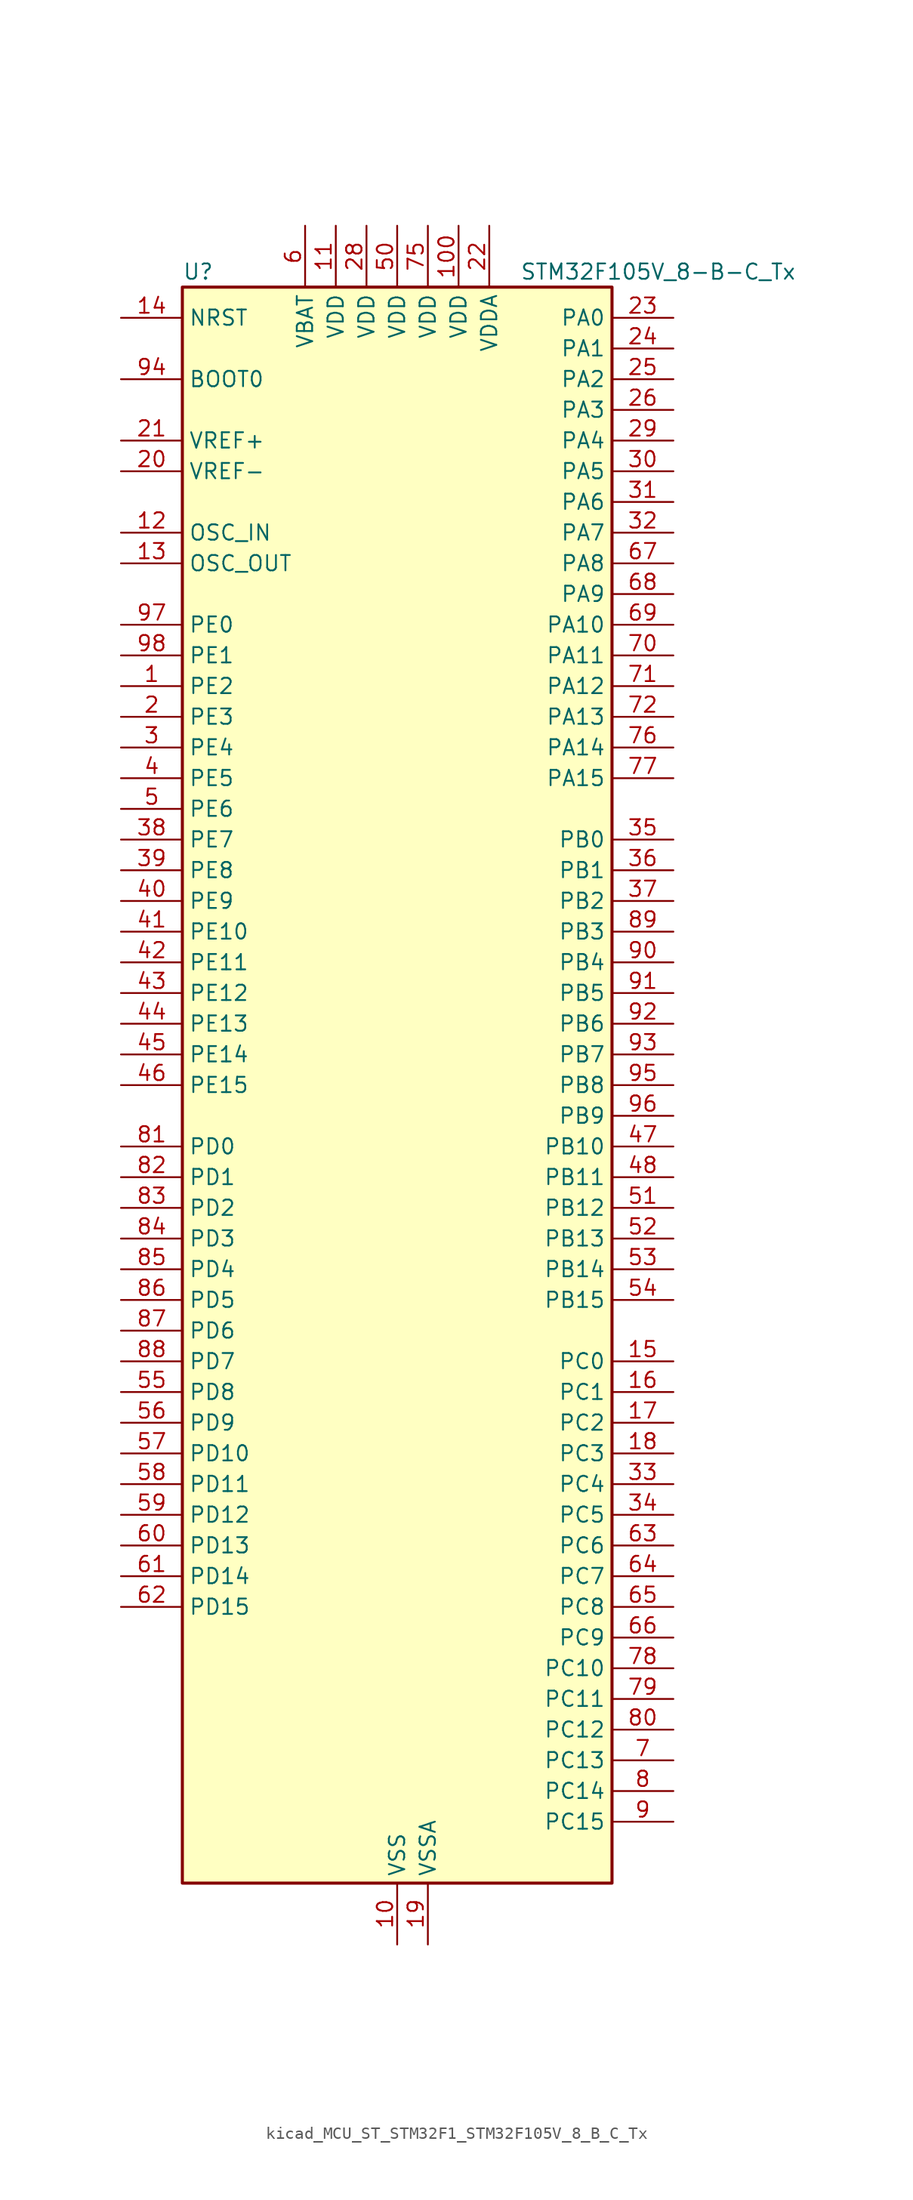
<source format=kicad_sym>
(kicad_symbol_lib
  (version 20220914)
  (generator kicad_symbol_editor)
  (symbol "kicad_MCU_ST_STM32F1_STM32F105V_8_B_C_Tx"
    (property "Reference" "U"
      (at -17.78 67.31 0)
      (effects (font (size 1.27 1.27)) (justify left)))
    (property "Value" "STM32F105V_8-B-C_Tx"
      (at 10.16 67.31 0)
      (effects (font (size 1.27 1.27)) (justify left)))
    (property "ki_locked" ""
      (at 0 0 0)
      (effects (font (size 1.27 1.27))))
    (symbol "kicad_MCU_ST_STM32F1_STM32F105V_8_B_C_Tx_0_1"
      (rectangle (start -17.78 -66.04) (end 17.78 66.04) (stroke (width 0.254) (type default)) (fill (type background))))
    (symbol "kicad_MCU_ST_STM32F1_STM32F105V_8_B_C_Tx_1_1"
      (pin bidirectional line (at -22.86 33.02 0) (length 5.08) (name "PE2" (effects (font (size 1.27 1.27)))) (number "1" (effects (font (size 1.27 1.27)))) (alternate "SYS_TRACECLK" bidirectional line))
      (pin power_in line (at 0 -71.12 90) (length 5.08) (name "VSS" (effects (font (size 1.27 1.27)))) (number "10" (effects (font (size 1.27 1.27)))))
      (pin power_in line (at 5.08 71.12 270) (length 5.08) (name "VDD" (effects (font (size 1.27 1.27)))) (number "100" (effects (font (size 1.27 1.27)))))
      (pin power_in line (at -5.08 71.12 270) (length 5.08) (name "VDD" (effects (font (size 1.27 1.27)))) (number "11" (effects (font (size 1.27 1.27)))))
      (pin input line (at -22.86 45.72 0) (length 5.08) (name "OSC_IN" (effects (font (size 1.27 1.27)))) (number "12" (effects (font (size 1.27 1.27)))) (alternate "RCC_OSC_IN" bidirectional line))
      (pin input line (at -22.86 43.18 0) (length 5.08) (name "OSC_OUT" (effects (font (size 1.27 1.27)))) (number "13" (effects (font (size 1.27 1.27)))) (alternate "RCC_OSC_OUT" bidirectional line))
      (pin input line (at -22.86 63.5 0) (length 5.08) (name "NRST" (effects (font (size 1.27 1.27)))) (number "14" (effects (font (size 1.27 1.27)))))
      (pin bidirectional line (at 22.86 -22.86 180) (length 5.08) (name "PC0" (effects (font (size 1.27 1.27)))) (number "15" (effects (font (size 1.27 1.27)))) (alternate "ADC1_IN10" bidirectional line) (alternate "ADC2_IN10" bidirectional line))
      (pin bidirectional line (at 22.86 -25.4 180) (length 5.08) (name "PC1" (effects (font (size 1.27 1.27)))) (number "16" (effects (font (size 1.27 1.27)))) (alternate "ADC1_IN11" bidirectional line) (alternate "ADC2_IN11" bidirectional line))
      (pin bidirectional line (at 22.86 -27.94 180) (length 5.08) (name "PC2" (effects (font (size 1.27 1.27)))) (number "17" (effects (font (size 1.27 1.27)))) (alternate "ADC1_IN12" bidirectional line) (alternate "ADC2_IN12" bidirectional line))
      (pin bidirectional line (at 22.86 -30.48 180) (length 5.08) (name "PC3" (effects (font (size 1.27 1.27)))) (number "18" (effects (font (size 1.27 1.27)))) (alternate "ADC1_IN13" bidirectional line) (alternate "ADC2_IN13" bidirectional line))
      (pin power_in line (at 2.54 -71.12 90) (length 5.08) (name "VSSA" (effects (font (size 1.27 1.27)))) (number "19" (effects (font (size 1.27 1.27)))))
      (pin bidirectional line (at -22.86 30.48 0) (length 5.08) (name "PE3" (effects (font (size 1.27 1.27)))) (number "2" (effects (font (size 1.27 1.27)))) (alternate "SYS_TRACED0" bidirectional line))
      (pin input line (at -22.86 50.8 0) (length 5.08) (name "VREF-" (effects (font (size 1.27 1.27)))) (number "20" (effects (font (size 1.27 1.27)))))
      (pin input line (at -22.86 53.34 0) (length 5.08) (name "VREF+" (effects (font (size 1.27 1.27)))) (number "21" (effects (font (size 1.27 1.27)))))
      (pin power_in line (at 7.62 71.12 270) (length 5.08) (name "VDDA" (effects (font (size 1.27 1.27)))) (number "22" (effects (font (size 1.27 1.27)))))
      (pin bidirectional line (at 22.86 63.5 180) (length 5.08) (name "PA0" (effects (font (size 1.27 1.27)))) (number "23" (effects (font (size 1.27 1.27)))) (alternate "ADC1_IN0" bidirectional line) (alternate "ADC2_IN0" bidirectional line) (alternate "SYS_WKUP" bidirectional line) (alternate "TIM2_CH1" bidirectional line) (alternate "TIM2_ETR" bidirectional line) (alternate "TIM5_CH1" bidirectional line) (alternate "USART2_CTS" bidirectional line))
      (pin bidirectional line (at 22.86 60.96 180) (length 5.08) (name "PA1" (effects (font (size 1.27 1.27)))) (number "24" (effects (font (size 1.27 1.27)))) (alternate "ADC1_IN1" bidirectional line) (alternate "ADC2_IN1" bidirectional line) (alternate "TIM2_CH2" bidirectional line) (alternate "TIM5_CH2" bidirectional line) (alternate "USART2_RTS" bidirectional line))
      (pin bidirectional line (at 22.86 58.42 180) (length 5.08) (name "PA2" (effects (font (size 1.27 1.27)))) (number "25" (effects (font (size 1.27 1.27)))) (alternate "ADC1_IN2" bidirectional line) (alternate "ADC2_IN2" bidirectional line) (alternate "TIM2_CH3" bidirectional line) (alternate "TIM5_CH3" bidirectional line) (alternate "USART2_TX" bidirectional line))
      (pin bidirectional line (at 22.86 55.88 180) (length 5.08) (name "PA3" (effects (font (size 1.27 1.27)))) (number "26" (effects (font (size 1.27 1.27)))) (alternate "ADC1_IN3" bidirectional line) (alternate "ADC2_IN3" bidirectional line) (alternate "TIM2_CH4" bidirectional line) (alternate "TIM5_CH4" bidirectional line) (alternate "USART2_RX" bidirectional line))
      (pin passive line (at 0 -71.12 90) (length 5.08) hide (name "VSS" (effects (font (size 1.27 1.27)))) (number "27" (effects (font (size 1.27 1.27)))))
      (pin power_in line (at -2.54 71.12 270) (length 5.08) (name "VDD" (effects (font (size 1.27 1.27)))) (number "28" (effects (font (size 1.27 1.27)))))
      (pin bidirectional line (at 22.86 53.34 180) (length 5.08) (name "PA4" (effects (font (size 1.27 1.27)))) (number "29" (effects (font (size 1.27 1.27)))) (alternate "ADC1_IN4" bidirectional line) (alternate "ADC2_IN4" bidirectional line) (alternate "DAC_OUT1" bidirectional line) (alternate "I2S3_WS" bidirectional line) (alternate "SPI1_NSS" bidirectional line) (alternate "SPI3_NSS" bidirectional line) (alternate "USART2_CK" bidirectional line))
      (pin bidirectional line (at -22.86 27.94 0) (length 5.08) (name "PE4" (effects (font (size 1.27 1.27)))) (number "3" (effects (font (size 1.27 1.27)))) (alternate "SYS_TRACED1" bidirectional line))
      (pin bidirectional line (at 22.86 50.8 180) (length 5.08) (name "PA5" (effects (font (size 1.27 1.27)))) (number "30" (effects (font (size 1.27 1.27)))) (alternate "ADC1_IN5" bidirectional line) (alternate "ADC2_IN5" bidirectional line) (alternate "DAC_OUT2" bidirectional line) (alternate "SPI1_SCK" bidirectional line))
      (pin bidirectional line (at 22.86 48.26 180) (length 5.08) (name "PA6" (effects (font (size 1.27 1.27)))) (number "31" (effects (font (size 1.27 1.27)))) (alternate "ADC1_IN6" bidirectional line) (alternate "ADC2_IN6" bidirectional line) (alternate "SPI1_MISO" bidirectional line) (alternate "TIM1_BKIN" bidirectional line) (alternate "TIM3_CH1" bidirectional line))
      (pin bidirectional line (at 22.86 45.72 180) (length 5.08) (name "PA7" (effects (font (size 1.27 1.27)))) (number "32" (effects (font (size 1.27 1.27)))) (alternate "ADC1_IN7" bidirectional line) (alternate "ADC2_IN7" bidirectional line) (alternate "SPI1_MOSI" bidirectional line) (alternate "TIM1_CH1N" bidirectional line) (alternate "TIM3_CH2" bidirectional line))
      (pin bidirectional line (at 22.86 -33.02 180) (length 5.08) (name "PC4" (effects (font (size 1.27 1.27)))) (number "33" (effects (font (size 1.27 1.27)))) (alternate "ADC1_IN14" bidirectional line) (alternate "ADC2_IN14" bidirectional line))
      (pin bidirectional line (at 22.86 -35.56 180) (length 5.08) (name "PC5" (effects (font (size 1.27 1.27)))) (number "34" (effects (font (size 1.27 1.27)))) (alternate "ADC1_IN15" bidirectional line) (alternate "ADC2_IN15" bidirectional line))
      (pin bidirectional line (at 22.86 20.32 180) (length 5.08) (name "PB0" (effects (font (size 1.27 1.27)))) (number "35" (effects (font (size 1.27 1.27)))) (alternate "ADC1_IN8" bidirectional line) (alternate "ADC2_IN8" bidirectional line) (alternate "TIM1_CH2N" bidirectional line) (alternate "TIM3_CH3" bidirectional line))
      (pin bidirectional line (at 22.86 17.78 180) (length 5.08) (name "PB1" (effects (font (size 1.27 1.27)))) (number "36" (effects (font (size 1.27 1.27)))) (alternate "ADC1_IN9" bidirectional line) (alternate "ADC2_IN9" bidirectional line) (alternate "TIM1_CH3N" bidirectional line) (alternate "TIM3_CH4" bidirectional line))
      (pin bidirectional line (at 22.86 15.24 180) (length 5.08) (name "PB2" (effects (font (size 1.27 1.27)))) (number "37" (effects (font (size 1.27 1.27)))))
      (pin bidirectional line (at -22.86 20.32 0) (length 5.08) (name "PE7" (effects (font (size 1.27 1.27)))) (number "38" (effects (font (size 1.27 1.27)))) (alternate "TIM1_ETR" bidirectional line))
      (pin bidirectional line (at -22.86 17.78 0) (length 5.08) (name "PE8" (effects (font (size 1.27 1.27)))) (number "39" (effects (font (size 1.27 1.27)))) (alternate "TIM1_CH1N" bidirectional line))
      (pin bidirectional line (at -22.86 25.4 0) (length 5.08) (name "PE5" (effects (font (size 1.27 1.27)))) (number "4" (effects (font (size 1.27 1.27)))) (alternate "SYS_TRACED2" bidirectional line))
      (pin bidirectional line (at -22.86 15.24 0) (length 5.08) (name "PE9" (effects (font (size 1.27 1.27)))) (number "40" (effects (font (size 1.27 1.27)))) (alternate "DAC_EXTI9" bidirectional line) (alternate "TIM1_CH1" bidirectional line))
      (pin bidirectional line (at -22.86 12.7 0) (length 5.08) (name "PE10" (effects (font (size 1.27 1.27)))) (number "41" (effects (font (size 1.27 1.27)))) (alternate "TIM1_CH2N" bidirectional line))
      (pin bidirectional line (at -22.86 10.16 0) (length 5.08) (name "PE11" (effects (font (size 1.27 1.27)))) (number "42" (effects (font (size 1.27 1.27)))) (alternate "ADC1_EXTI11" bidirectional line) (alternate "ADC2_EXTI11" bidirectional line) (alternate "TIM1_CH2" bidirectional line))
      (pin bidirectional line (at -22.86 7.62 0) (length 5.08) (name "PE12" (effects (font (size 1.27 1.27)))) (number "43" (effects (font (size 1.27 1.27)))) (alternate "TIM1_CH3N" bidirectional line))
      (pin bidirectional line (at -22.86 5.08 0) (length 5.08) (name "PE13" (effects (font (size 1.27 1.27)))) (number "44" (effects (font (size 1.27 1.27)))) (alternate "TIM1_CH3" bidirectional line))
      (pin bidirectional line (at -22.86 2.54 0) (length 5.08) (name "PE14" (effects (font (size 1.27 1.27)))) (number "45" (effects (font (size 1.27 1.27)))) (alternate "TIM1_CH4" bidirectional line))
      (pin bidirectional line (at -22.86 0 0) (length 5.08) (name "PE15" (effects (font (size 1.27 1.27)))) (number "46" (effects (font (size 1.27 1.27)))) (alternate "ADC1_EXTI15" bidirectional line) (alternate "ADC2_EXTI15" bidirectional line) (alternate "TIM1_BKIN" bidirectional line))
      (pin bidirectional line (at 22.86 -5.08 180) (length 5.08) (name "PB10" (effects (font (size 1.27 1.27)))) (number "47" (effects (font (size 1.27 1.27)))) (alternate "I2C2_SCL" bidirectional line) (alternate "TIM2_CH3" bidirectional line) (alternate "USART3_TX" bidirectional line))
      (pin bidirectional line (at 22.86 -7.62 180) (length 5.08) (name "PB11" (effects (font (size 1.27 1.27)))) (number "48" (effects (font (size 1.27 1.27)))) (alternate "ADC1_EXTI11" bidirectional line) (alternate "ADC2_EXTI11" bidirectional line) (alternate "I2C2_SDA" bidirectional line) (alternate "TIM2_CH4" bidirectional line) (alternate "USART3_RX" bidirectional line))
      (pin passive line (at 0 -71.12 90) (length 5.08) hide (name "VSS" (effects (font (size 1.27 1.27)))) (number "49" (effects (font (size 1.27 1.27)))))
      (pin bidirectional line (at -22.86 22.86 0) (length 5.08) (name "PE6" (effects (font (size 1.27 1.27)))) (number "5" (effects (font (size 1.27 1.27)))) (alternate "SYS_TRACED3" bidirectional line))
      (pin power_in line (at 0 71.12 270) (length 5.08) (name "VDD" (effects (font (size 1.27 1.27)))) (number "50" (effects (font (size 1.27 1.27)))))
      (pin bidirectional line (at 22.86 -10.16 180) (length 5.08) (name "PB12" (effects (font (size 1.27 1.27)))) (number "51" (effects (font (size 1.27 1.27)))) (alternate "CAN2_RX" bidirectional line) (alternate "I2C2_SMBA" bidirectional line) (alternate "I2S2_WS" bidirectional line) (alternate "SPI2_NSS" bidirectional line) (alternate "TIM1_BKIN" bidirectional line) (alternate "USART3_CK" bidirectional line))
      (pin bidirectional line (at 22.86 -12.7 180) (length 5.08) (name "PB13" (effects (font (size 1.27 1.27)))) (number "52" (effects (font (size 1.27 1.27)))) (alternate "CAN2_TX" bidirectional line) (alternate "I2S2_CK" bidirectional line) (alternate "SPI2_SCK" bidirectional line) (alternate "TIM1_CH1N" bidirectional line) (alternate "USART3_CTS" bidirectional line))
      (pin bidirectional line (at 22.86 -15.24 180) (length 5.08) (name "PB14" (effects (font (size 1.27 1.27)))) (number "53" (effects (font (size 1.27 1.27)))) (alternate "SPI2_MISO" bidirectional line) (alternate "TIM1_CH2N" bidirectional line) (alternate "USART3_RTS" bidirectional line))
      (pin bidirectional line (at 22.86 -17.78 180) (length 5.08) (name "PB15" (effects (font (size 1.27 1.27)))) (number "54" (effects (font (size 1.27 1.27)))) (alternate "ADC1_EXTI15" bidirectional line) (alternate "ADC2_EXTI15" bidirectional line) (alternate "I2S2_SD" bidirectional line) (alternate "SPI2_MOSI" bidirectional line) (alternate "TIM1_CH3N" bidirectional line))
      (pin bidirectional line (at -22.86 -25.4 0) (length 5.08) (name "PD8" (effects (font (size 1.27 1.27)))) (number "55" (effects (font (size 1.27 1.27)))) (alternate "USART3_TX" bidirectional line))
      (pin bidirectional line (at -22.86 -27.94 0) (length 5.08) (name "PD9" (effects (font (size 1.27 1.27)))) (number "56" (effects (font (size 1.27 1.27)))) (alternate "DAC_EXTI9" bidirectional line) (alternate "USART3_RX" bidirectional line))
      (pin bidirectional line (at -22.86 -30.48 0) (length 5.08) (name "PD10" (effects (font (size 1.27 1.27)))) (number "57" (effects (font (size 1.27 1.27)))) (alternate "USART3_CK" bidirectional line))
      (pin bidirectional line (at -22.86 -33.02 0) (length 5.08) (name "PD11" (effects (font (size 1.27 1.27)))) (number "58" (effects (font (size 1.27 1.27)))) (alternate "ADC1_EXTI11" bidirectional line) (alternate "ADC2_EXTI11" bidirectional line) (alternate "USART3_CTS" bidirectional line))
      (pin bidirectional line (at -22.86 -35.56 0) (length 5.08) (name "PD12" (effects (font (size 1.27 1.27)))) (number "59" (effects (font (size 1.27 1.27)))) (alternate "TIM4_CH1" bidirectional line) (alternate "USART3_RTS" bidirectional line))
      (pin power_in line (at -7.62 71.12 270) (length 5.08) (name "VBAT" (effects (font (size 1.27 1.27)))) (number "6" (effects (font (size 1.27 1.27)))))
      (pin bidirectional line (at -22.86 -38.1 0) (length 5.08) (name "PD13" (effects (font (size 1.27 1.27)))) (number "60" (effects (font (size 1.27 1.27)))) (alternate "TIM4_CH2" bidirectional line))
      (pin bidirectional line (at -22.86 -40.64 0) (length 5.08) (name "PD14" (effects (font (size 1.27 1.27)))) (number "61" (effects (font (size 1.27 1.27)))) (alternate "TIM4_CH3" bidirectional line))
      (pin bidirectional line (at -22.86 -43.18 0) (length 5.08) (name "PD15" (effects (font (size 1.27 1.27)))) (number "62" (effects (font (size 1.27 1.27)))) (alternate "ADC1_EXTI15" bidirectional line) (alternate "ADC2_EXTI15" bidirectional line) (alternate "TIM4_CH4" bidirectional line))
      (pin bidirectional line (at 22.86 -38.1 180) (length 5.08) (name "PC6" (effects (font (size 1.27 1.27)))) (number "63" (effects (font (size 1.27 1.27)))) (alternate "I2S2_MCK" bidirectional line) (alternate "TIM3_CH1" bidirectional line))
      (pin bidirectional line (at 22.86 -40.64 180) (length 5.08) (name "PC7" (effects (font (size 1.27 1.27)))) (number "64" (effects (font (size 1.27 1.27)))) (alternate "I2S3_MCK" bidirectional line) (alternate "TIM3_CH2" bidirectional line))
      (pin bidirectional line (at 22.86 -43.18 180) (length 5.08) (name "PC8" (effects (font (size 1.27 1.27)))) (number "65" (effects (font (size 1.27 1.27)))) (alternate "TIM3_CH3" bidirectional line))
      (pin bidirectional line (at 22.86 -45.72 180) (length 5.08) (name "PC9" (effects (font (size 1.27 1.27)))) (number "66" (effects (font (size 1.27 1.27)))) (alternate "DAC_EXTI9" bidirectional line) (alternate "TIM3_CH4" bidirectional line))
      (pin bidirectional line (at 22.86 43.18 180) (length 5.08) (name "PA8" (effects (font (size 1.27 1.27)))) (number "67" (effects (font (size 1.27 1.27)))) (alternate "RCC_MCO" bidirectional line) (alternate "TIM1_CH1" bidirectional line) (alternate "USART1_CK" bidirectional line) (alternate "USB_OTG_FS_SOF" bidirectional line))
      (pin bidirectional line (at 22.86 40.64 180) (length 5.08) (name "PA9" (effects (font (size 1.27 1.27)))) (number "68" (effects (font (size 1.27 1.27)))) (alternate "DAC_EXTI9" bidirectional line) (alternate "TIM1_CH2" bidirectional line) (alternate "USART1_TX" bidirectional line) (alternate "USB_OTG_FS_VBUS" bidirectional line))
      (pin bidirectional line (at 22.86 38.1 180) (length 5.08) (name "PA10" (effects (font (size 1.27 1.27)))) (number "69" (effects (font (size 1.27 1.27)))) (alternate "TIM1_CH3" bidirectional line) (alternate "USART1_RX" bidirectional line) (alternate "USB_OTG_FS_ID" bidirectional line))
      (pin bidirectional line (at 22.86 -55.88 180) (length 5.08) (name "PC13" (effects (font (size 1.27 1.27)))) (number "7" (effects (font (size 1.27 1.27)))) (alternate "RTC_OUT" bidirectional line) (alternate "RTC_TAMPER" bidirectional line))
      (pin bidirectional line (at 22.86 35.56 180) (length 5.08) (name "PA11" (effects (font (size 1.27 1.27)))) (number "70" (effects (font (size 1.27 1.27)))) (alternate "ADC1_EXTI11" bidirectional line) (alternate "ADC2_EXTI11" bidirectional line) (alternate "CAN1_RX" bidirectional line) (alternate "TIM1_CH4" bidirectional line) (alternate "USART1_CTS" bidirectional line) (alternate "USB_OTG_FS_DM" bidirectional line))
      (pin bidirectional line (at 22.86 33.02 180) (length 5.08) (name "PA12" (effects (font (size 1.27 1.27)))) (number "71" (effects (font (size 1.27 1.27)))) (alternate "CAN1_TX" bidirectional line) (alternate "TIM1_ETR" bidirectional line) (alternate "USART1_RTS" bidirectional line) (alternate "USB_OTG_FS_DP" bidirectional line))
      (pin bidirectional line (at 22.86 30.48 180) (length 5.08) (name "PA13" (effects (font (size 1.27 1.27)))) (number "72" (effects (font (size 1.27 1.27)))) (alternate "SYS_JTMS-SWDIO" bidirectional line))
      (pin no_connect line (at -17.78 -66.04 0) (length 5.08) hide (name "NC" (effects (font (size 1.27 1.27)))) (number "73" (effects (font (size 1.27 1.27)))))
      (pin passive line (at 0 -71.12 90) (length 5.08) hide (name "VSS" (effects (font (size 1.27 1.27)))) (number "74" (effects (font (size 1.27 1.27)))))
      (pin power_in line (at 2.54 71.12 270) (length 5.08) (name "VDD" (effects (font (size 1.27 1.27)))) (number "75" (effects (font (size 1.27 1.27)))))
      (pin bidirectional line (at 22.86 27.94 180) (length 5.08) (name "PA14" (effects (font (size 1.27 1.27)))) (number "76" (effects (font (size 1.27 1.27)))) (alternate "SYS_JTCK-SWCLK" bidirectional line))
      (pin bidirectional line (at 22.86 25.4 180) (length 5.08) (name "PA15" (effects (font (size 1.27 1.27)))) (number "77" (effects (font (size 1.27 1.27)))) (alternate "ADC1_EXTI15" bidirectional line) (alternate "ADC2_EXTI15" bidirectional line) (alternate "I2S3_WS" bidirectional line) (alternate "SPI1_NSS" bidirectional line) (alternate "SPI3_NSS" bidirectional line) (alternate "SYS_JTDI" bidirectional line) (alternate "TIM2_CH1" bidirectional line) (alternate "TIM2_ETR" bidirectional line))
      (pin bidirectional line (at 22.86 -48.26 180) (length 5.08) (name "PC10" (effects (font (size 1.27 1.27)))) (number "78" (effects (font (size 1.27 1.27)))) (alternate "I2S3_CK" bidirectional line) (alternate "SPI3_SCK" bidirectional line) (alternate "UART4_TX" bidirectional line) (alternate "USART3_TX" bidirectional line))
      (pin bidirectional line (at 22.86 -50.8 180) (length 5.08) (name "PC11" (effects (font (size 1.27 1.27)))) (number "79" (effects (font (size 1.27 1.27)))) (alternate "ADC1_EXTI11" bidirectional line) (alternate "ADC2_EXTI11" bidirectional line) (alternate "SPI3_MISO" bidirectional line) (alternate "UART4_RX" bidirectional line) (alternate "USART3_RX" bidirectional line))
      (pin bidirectional line (at 22.86 -58.42 180) (length 5.08) (name "PC14" (effects (font (size 1.27 1.27)))) (number "8" (effects (font (size 1.27 1.27)))) (alternate "RCC_OSC32_IN" bidirectional line))
      (pin bidirectional line (at 22.86 -53.34 180) (length 5.08) (name "PC12" (effects (font (size 1.27 1.27)))) (number "80" (effects (font (size 1.27 1.27)))) (alternate "I2S3_SD" bidirectional line) (alternate "SPI3_MOSI" bidirectional line) (alternate "UART5_TX" bidirectional line) (alternate "USART3_CK" bidirectional line))
      (pin bidirectional line (at -22.86 -5.08 0) (length 5.08) (name "PD0" (effects (font (size 1.27 1.27)))) (number "81" (effects (font (size 1.27 1.27)))) (alternate "CAN1_RX" bidirectional line))
      (pin bidirectional line (at -22.86 -7.62 0) (length 5.08) (name "PD1" (effects (font (size 1.27 1.27)))) (number "82" (effects (font (size 1.27 1.27)))) (alternate "CAN1_TX" bidirectional line))
      (pin bidirectional line (at -22.86 -10.16 0) (length 5.08) (name "PD2" (effects (font (size 1.27 1.27)))) (number "83" (effects (font (size 1.27 1.27)))) (alternate "TIM3_ETR" bidirectional line) (alternate "UART5_RX" bidirectional line))
      (pin bidirectional line (at -22.86 -12.7 0) (length 5.08) (name "PD3" (effects (font (size 1.27 1.27)))) (number "84" (effects (font (size 1.27 1.27)))) (alternate "USART2_CTS" bidirectional line))
      (pin bidirectional line (at -22.86 -15.24 0) (length 5.08) (name "PD4" (effects (font (size 1.27 1.27)))) (number "85" (effects (font (size 1.27 1.27)))) (alternate "USART2_RTS" bidirectional line))
      (pin bidirectional line (at -22.86 -17.78 0) (length 5.08) (name "PD5" (effects (font (size 1.27 1.27)))) (number "86" (effects (font (size 1.27 1.27)))) (alternate "USART2_TX" bidirectional line))
      (pin bidirectional line (at -22.86 -20.32 0) (length 5.08) (name "PD6" (effects (font (size 1.27 1.27)))) (number "87" (effects (font (size 1.27 1.27)))) (alternate "USART2_RX" bidirectional line))
      (pin bidirectional line (at -22.86 -22.86 0) (length 5.08) (name "PD7" (effects (font (size 1.27 1.27)))) (number "88" (effects (font (size 1.27 1.27)))) (alternate "USART2_CK" bidirectional line))
      (pin bidirectional line (at 22.86 12.7 180) (length 5.08) (name "PB3" (effects (font (size 1.27 1.27)))) (number "89" (effects (font (size 1.27 1.27)))) (alternate "I2S3_CK" bidirectional line) (alternate "SPI1_SCK" bidirectional line) (alternate "SPI3_SCK" bidirectional line) (alternate "SYS_JTDO" bidirectional line) (alternate "SYS_TRACESWO" bidirectional line) (alternate "TIM2_CH2" bidirectional line))
      (pin bidirectional line (at 22.86 -60.96 180) (length 5.08) (name "PC15" (effects (font (size 1.27 1.27)))) (number "9" (effects (font (size 1.27 1.27)))) (alternate "ADC1_EXTI15" bidirectional line) (alternate "ADC2_EXTI15" bidirectional line) (alternate "RCC_OSC32_OUT" bidirectional line))
      (pin bidirectional line (at 22.86 10.16 180) (length 5.08) (name "PB4" (effects (font (size 1.27 1.27)))) (number "90" (effects (font (size 1.27 1.27)))) (alternate "SPI1_MISO" bidirectional line) (alternate "SPI3_MISO" bidirectional line) (alternate "SYS_NJTRST" bidirectional line) (alternate "TIM3_CH1" bidirectional line))
      (pin bidirectional line (at 22.86 7.62 180) (length 5.08) (name "PB5" (effects (font (size 1.27 1.27)))) (number "91" (effects (font (size 1.27 1.27)))) (alternate "CAN2_RX" bidirectional line) (alternate "I2C1_SMBA" bidirectional line) (alternate "I2S3_SD" bidirectional line) (alternate "SPI1_MOSI" bidirectional line) (alternate "SPI3_MOSI" bidirectional line) (alternate "TIM3_CH2" bidirectional line))
      (pin bidirectional line (at 22.86 5.08 180) (length 5.08) (name "PB6" (effects (font (size 1.27 1.27)))) (number "92" (effects (font (size 1.27 1.27)))) (alternate "CAN2_TX" bidirectional line) (alternate "I2C1_SCL" bidirectional line) (alternate "TIM4_CH1" bidirectional line) (alternate "USART1_TX" bidirectional line))
      (pin bidirectional line (at 22.86 2.54 180) (length 5.08) (name "PB7" (effects (font (size 1.27 1.27)))) (number "93" (effects (font (size 1.27 1.27)))) (alternate "I2C1_SDA" bidirectional line) (alternate "TIM4_CH2" bidirectional line) (alternate "USART1_RX" bidirectional line))
      (pin input line (at -22.86 58.42 0) (length 5.08) (name "BOOT0" (effects (font (size 1.27 1.27)))) (number "94" (effects (font (size 1.27 1.27)))))
      (pin bidirectional line (at 22.86 0 180) (length 5.08) (name "PB8" (effects (font (size 1.27 1.27)))) (number "95" (effects (font (size 1.27 1.27)))) (alternate "CAN1_RX" bidirectional line) (alternate "I2C1_SCL" bidirectional line) (alternate "TIM4_CH3" bidirectional line))
      (pin bidirectional line (at 22.86 -2.54 180) (length 5.08) (name "PB9" (effects (font (size 1.27 1.27)))) (number "96" (effects (font (size 1.27 1.27)))) (alternate "CAN1_TX" bidirectional line) (alternate "DAC_EXTI9" bidirectional line) (alternate "I2C1_SDA" bidirectional line) (alternate "TIM4_CH4" bidirectional line))
      (pin bidirectional line (at -22.86 38.1 0) (length 5.08) (name "PE0" (effects (font (size 1.27 1.27)))) (number "97" (effects (font (size 1.27 1.27)))) (alternate "TIM4_ETR" bidirectional line))
      (pin bidirectional line (at -22.86 35.56 0) (length 5.08) (name "PE1" (effects (font (size 1.27 1.27)))) (number "98" (effects (font (size 1.27 1.27)))))
      (pin passive line (at 0 -71.12 90) (length 5.08) hide (name "VSS" (effects (font (size 1.27 1.27)))) (number "99" (effects (font (size 1.27 1.27))))))))
</source>
